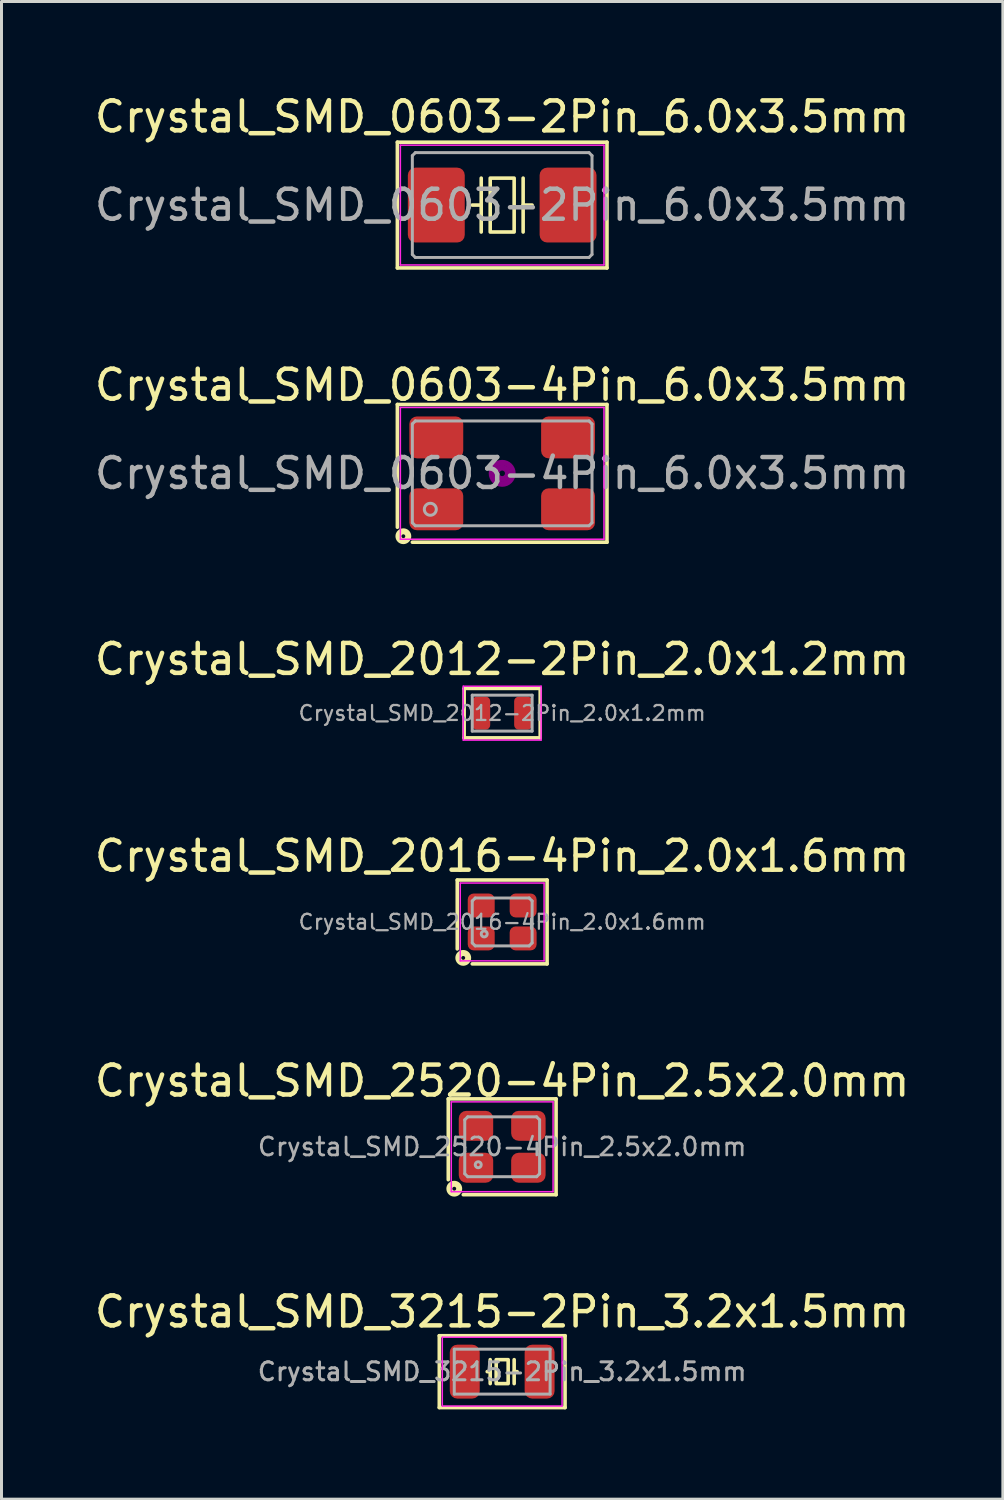
<source format=kicad_pcb>
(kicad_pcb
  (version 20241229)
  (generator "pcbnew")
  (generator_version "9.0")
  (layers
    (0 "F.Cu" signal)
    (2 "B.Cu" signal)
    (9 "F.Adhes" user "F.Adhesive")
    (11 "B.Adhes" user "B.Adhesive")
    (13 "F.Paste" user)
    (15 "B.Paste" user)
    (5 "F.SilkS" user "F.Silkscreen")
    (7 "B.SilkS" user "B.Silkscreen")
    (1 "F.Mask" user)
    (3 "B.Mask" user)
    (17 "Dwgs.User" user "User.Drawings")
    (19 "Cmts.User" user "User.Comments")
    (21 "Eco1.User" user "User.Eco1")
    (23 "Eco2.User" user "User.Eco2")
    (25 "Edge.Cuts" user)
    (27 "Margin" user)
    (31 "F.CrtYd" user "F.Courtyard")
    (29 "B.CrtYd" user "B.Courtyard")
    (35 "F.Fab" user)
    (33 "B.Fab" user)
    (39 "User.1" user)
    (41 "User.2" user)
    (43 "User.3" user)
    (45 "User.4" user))
  (footprint "Crystal_SMD_2012-2Pin_2.0x1.2mm"
    (layer "F.Cu")
    (at 13.72 20.765)
    (property "Reference" "Crystal_SMD_2012-2Pin_2.0x1.2mm" (at 0 -1.8 0) (layer "F.SilkS") (effects (font (size 1 1) (thickness 0.15))))
    (attr smd)
    (fp_line (start -1.27 -0.826) (end -1.27 0.826) (stroke (width 0.12) (type solid)) (layer "F.SilkS"))
    (fp_line (start -1.27 0.826) (end 1.27 0.826) (stroke (width 0.12) (type solid)) (layer "F.SilkS"))
    (fp_line (start 1.27 -0.826) (end -1.27 -0.826) (stroke (width 0.12) (type solid)) (layer "F.SilkS"))
    (fp_line (start 1.27 0.826) (end 1.27 -0.826) (stroke (width 0.12) (type solid)) (layer "F.SilkS"))
    (fp_line (start -1.3 -0.9) (end -1.3 0.9) (stroke (width 0.05) (type solid)) (layer "F.CrtYd"))
    (fp_line (start -1.3 0.9) (end 1.3 0.9) (stroke (width 0.05) (type solid)) (layer "F.CrtYd"))
    (fp_line (start 1.3 -0.9) (end -1.3 -0.9) (stroke (width 0.05) (type solid)) (layer "F.CrtYd"))
    (fp_line (start 1.3 0.9) (end 1.3 -0.9) (stroke (width 0.05) (type solid)) (layer "F.CrtYd"))
    (fp_line (start -1 -0.6) (end -1 0.6) (stroke (width 0.1) (type solid)) (layer "F.Fab"))
    (fp_line (start -1 0.6) (end 1 0.6) (stroke (width 0.1) (type solid)) (layer "F.Fab"))
    (fp_line (start 1 -0.6) (end -1 -0.6) (stroke (width 0.1) (type solid)) (layer "F.Fab"))
    (fp_line (start 1 0.6) (end 1 -0.6) (stroke (width 0.1) (type solid)) (layer "F.Fab"))
    (fp_text user "${REFERENCE}" (at 0 0 0) (layer "F.Fab") (effects (font (size 0.5 0.5) (thickness 0.075))))
    (pad "1" smd roundrect (at -0.7 0) (size 0.6 1.1) (layers "F.Cu" "F.Mask" "F.Paste") (roundrect_rratio 0.25))
    (pad "2" smd roundrect (at 0.7 0) (size 0.6 1.1) (layers "F.Cu" "F.Mask" "F.Paste") (roundrect_rratio 0.25)))
  (footprint "Crystal_SMD_3215-2Pin_3.2x1.5mm"
    (layer "F.Cu")
    (at 13.72 42.755)
    (property "Reference" "Crystal_SMD_3215-2Pin_3.2x1.5mm" (at 0 -2 0) (layer "F.SilkS") (effects (font (size 1 1) (thickness 0.15))))
    (attr smd)
    (fp_line (start -2.1 -1.2) (end -2.1 1.2) (stroke (width 0.12) (type solid)) (layer "F.SilkS"))
    (fp_line (start -2.1 1.2) (end 2.1 1.2) (stroke (width 0.12) (type solid)) (layer "F.SilkS"))
    (fp_line (start -0.4 -0.4) (end -0.4 0.4) (stroke (width 0.12) (type solid)) (layer "F.SilkS"))
    (fp_line (start -0.4 0) (end -0.5 0) (stroke (width 0.12) (type solid)) (layer "F.SilkS"))
    (fp_line (start 0.4 -0.4) (end 0.4 0.4) (stroke (width 0.12) (type solid)) (layer "F.SilkS"))
    (fp_line (start 0.4 0) (end 0.5 0) (stroke (width 0.12) (type solid)) (layer "F.SilkS"))
    (fp_line (start 2.1 -1.2) (end -2.1 -1.2) (stroke (width 0.12) (type solid)) (layer "F.SilkS"))
    (fp_line (start 2.1 1.2) (end 2.1 -1.2) (stroke (width 0.12) (type solid)) (layer "F.SilkS"))
    (fp_rect (start -0.2 -0.4) (end 0.2 0.4) (stroke (width 0.12) (type solid)) (fill no) (layer "F.SilkS"))
    (fp_line (start -2 -1.15) (end -2 1.15) (stroke (width 0.05) (type solid)) (layer "F.CrtYd"))
    (fp_line (start -2 -1.15) (end 2 -1.15) (stroke (width 0.05) (type solid)) (layer "F.CrtYd"))
    (fp_line (start -2 1.15) (end 2 1.15) (stroke (width 0.05) (type solid)) (layer "F.CrtYd"))
    (fp_line (start 2 -1.15) (end 2 1.15) (stroke (width 0.05) (type solid)) (layer "F.CrtYd"))
    (fp_line (start -1.6 -0.75) (end -1.6 0.75) (stroke (width 0.1) (type solid)) (layer "F.Fab"))
    (fp_line (start -1.6 -0.75) (end 1.6 -0.75) (stroke (width 0.1) (type solid)) (layer "F.Fab"))
    (fp_line (start -1.6 0.75) (end 1.6 0.75) (stroke (width 0.1) (type solid)) (layer "F.Fab"))
    (fp_line (start 1.6 -0.75) (end 1.6 0.75) (stroke (width 0.1) (type solid)) (layer "F.Fab"))
    (fp_text user "${REFERENCE}" (at 0 0 0) (layer "F.Fab") (effects (font (size 0.6 0.6) (thickness 0.1))))
    (pad "1" smd roundrect (at 1.25 0) (size 1 1.8) (layers "F.Cu" "F.Mask" "F.Paste") (roundrect_rratio 0.25))
    (pad "2" smd roundrect (at -1.25 0) (size 1 1.8) (layers "F.Cu" "F.Mask" "F.Paste") (roundrect_rratio 0.25)))
  (footprint "Crystal_SMD_2016-4Pin_2.0x1.6mm"
    (layer "F.Cu")
    (at 13.72 27.738)
    (property "Reference" "Crystal_SMD_2016-4Pin_2.0x1.6mm" (at 0 -2.2 0) (layer "F.SilkS") (effects (font (size 1 1) (thickness 0.15))))
    (attr smd)
    (fp_line (start -1.5 -1.4) (end 1.5 -1.4) (stroke (width 0.12) (type solid)) (layer "F.SilkS"))
    (fp_line (start -1.5 0.9) (end -1.5 -1.4) (stroke (width 0.12) (type solid)) (layer "F.SilkS"))
    (fp_line (start 1.5 -1.4) (end 1.5 1.4) (stroke (width 0.12) (type solid)) (layer "F.SilkS"))
    (fp_line (start 1.5 1.4) (end -1 1.4) (stroke (width 0.12) (type solid)) (layer "F.SilkS"))
    (fp_circle (center -1.3 1.2) (end -1.236 1.2) (stroke (width 0.2) (type solid)) (fill no) (layer "F.SilkS"))
    (fp_line (start -1.4 -1.3) (end -1.4 1.3) (stroke (width 0.05) (type solid)) (layer "F.CrtYd"))
    (fp_line (start -1.4 1.3) (end 1.4 1.3) (stroke (width 0.05) (type solid)) (layer "F.CrtYd"))
    (fp_line (start 1.4 -1.3) (end -1.4 -1.3) (stroke (width 0.05) (type solid)) (layer "F.CrtYd"))
    (fp_line (start 1.4 1.3) (end 1.4 -1.3) (stroke (width 0.05) (type solid)) (layer "F.CrtYd"))
    (fp_line (start -1 -0.7) (end -0.9 -0.8) (stroke (width 0.1) (type solid)) (layer "F.Fab"))
    (fp_line (start -1 0.7) (end -1 -0.7) (stroke (width 0.1) (type solid)) (layer "F.Fab"))
    (fp_line (start -0.9 -0.8) (end 0.9 -0.8) (stroke (width 0.1) (type solid)) (layer "F.Fab"))
    (fp_line (start -0.9 0.8) (end -1 0.7) (stroke (width 0.1) (type solid)) (layer "F.Fab"))
    (fp_line (start 0.9 -0.8) (end 1 -0.7) (stroke (width 0.1) (type solid)) (layer "F.Fab"))
    (fp_line (start 0.9 0.8) (end -0.9 0.8) (stroke (width 0.1) (type solid)) (layer "F.Fab"))
    (fp_line (start 1 -0.7) (end 1 0.7) (stroke (width 0.1) (type solid)) (layer "F.Fab"))
    (fp_line (start 1 0.7) (end 0.9 0.8) (stroke (width 0.1) (type solid)) (layer "F.Fab"))
    (fp_circle (center -0.6 0.4) (end -0.5 0.4) (stroke (width 0.1) (type solid)) (fill no) (layer "F.Fab"))
    (fp_text user "${REFERENCE}" (at 0 0 0) (layer "F.Fab") (effects (font (size 0.5 0.5) (thickness 0.075))))
    (pad "1" smd roundrect (at -0.7 0.55) (size 0.9 0.8) (layers "F.Cu" "F.Mask" "F.Paste") (roundrect_rratio 0.25))
    (pad "2" smd roundrect (at 0.7 0.55) (size 0.9 0.8) (layers "F.Cu" "F.Mask" "F.Paste") (roundrect_rratio 0.25))
    (pad "3" smd roundrect (at 0.7 -0.55) (size 0.9 0.8) (layers "F.Cu" "F.Mask" "F.Paste") (roundrect_rratio 0.25))
    (pad "4" smd roundrect (at -0.7 -0.55) (size 0.9 0.8) (layers "F.Cu" "F.Mask" "F.Paste") (roundrect_rratio 0.25)))
  (footprint "Crystal_SMD_0603-2Pin_6.0x3.5mm"
    (layer "F.Cu")
    (at 13.72 3.798)
    (property "Reference" "Crystal_SMD_0603-2Pin_6.0x3.5mm" (at 0 -2.95 0) (layer "F.SilkS") (effects (font (size 1 1) (thickness 0.15))))
    (attr smd)
    (fp_line (start -3.5 -2.1) (end -3.5 2.1) (stroke (width 0.12) (type solid)) (layer "F.SilkS"))
    (fp_line (start -3.5 2.1) (end 3.5 2.1) (stroke (width 0.12) (type solid)) (layer "F.SilkS"))
    (fp_line (start -0.7 -0.9) (end -0.7 0.9) (stroke (width 0.12) (type solid)) (layer "F.SilkS"))
    (fp_line (start -0.7 0) (end -1 0) (stroke (width 0.12) (type solid)) (layer "F.SilkS"))
    (fp_line (start 0.7 -0.9) (end 0.7 0.9) (stroke (width 0.12) (type solid)) (layer "F.SilkS"))
    (fp_line (start 0.7 0) (end 1 0) (stroke (width 0.12) (type solid)) (layer "F.SilkS"))
    (fp_line (start 3.5 -2.1) (end -3.5 -2.1) (stroke (width 0.12) (type solid)) (layer "F.SilkS"))
    (fp_line (start 3.5 2.1) (end 3.5 -2.1) (stroke (width 0.12) (type solid)) (layer "F.SilkS"))
    (fp_rect (start -0.4 -0.9) (end 0.4 0.9) (stroke (width 0.12) (type solid)) (fill no) (layer "F.SilkS"))
    (fp_line (start -3.4 -2) (end -3.4 2) (stroke (width 0.05) (type solid)) (layer "F.CrtYd"))
    (fp_line (start -3.4 2) (end 3.4 2) (stroke (width 0.05) (type solid)) (layer "F.CrtYd"))
    (fp_line (start 3.4 -2) (end -3.4 -2) (stroke (width 0.05) (type solid)) (layer "F.CrtYd"))
    (fp_line (start 3.4 2) (end 3.4 -2) (stroke (width 0.05) (type solid)) (layer "F.CrtYd"))
    (fp_line (start -3 -1.65) (end -2.9 -1.75) (stroke (width 0.1) (type solid)) (layer "F.Fab"))
    (fp_line (start -3 1.65) (end -3 -1.65) (stroke (width 0.1) (type solid)) (layer "F.Fab"))
    (fp_line (start -2.9 -1.75) (end 2.9 -1.75) (stroke (width 0.1) (type solid)) (layer "F.Fab"))
    (fp_line (start -2.9 1.75) (end -3 1.65) (stroke (width 0.1) (type solid)) (layer "F.Fab"))
    (fp_line (start 2.9 -1.75) (end 3 -1.65) (stroke (width 0.1) (type solid)) (layer "F.Fab"))
    (fp_line (start 2.9 1.75) (end -2.9 1.75) (stroke (width 0.1) (type solid)) (layer "F.Fab"))
    (fp_line (start 3 -1.65) (end 3 1.65) (stroke (width 0.1) (type solid)) (layer "F.Fab"))
    (fp_line (start 3 1.65) (end 2.9 1.75) (stroke (width 0.1) (type solid)) (layer "F.Fab"))
    (fp_text user "${REFERENCE}" (at 0 0 0) (layer "F.Fab") (effects (font (size 1 1) (thickness 0.15))))
    (pad "1" smd roundrect (at -2.2 0) (size 1.9 2.5) (layers "F.Cu" "F.Mask" "F.Paste") (roundrect_rratio 0.132))
    (pad "2" smd roundrect (at 2.2 0) (size 1.9 2.5) (layers "F.Cu" "F.Mask" "F.Paste") (roundrect_rratio 0.132)))
  (footprint "Crystal_SMD_2520-4Pin_2.5x2.0mm"
    (layer "F.Cu")
    (at 13.72 35.246)
    (property "Reference" "Crystal_SMD_2520-4Pin_2.5x2.0mm" (at 0 -2.2 0) (layer "F.SilkS") (effects (font (size 1 1) (thickness 0.15))))
    (attr smd)
    (fp_line (start -1.8 -1.6) (end 1.8 -1.6) (stroke (width 0.12) (type solid)) (layer "F.SilkS"))
    (fp_line (start -1.8 1.1) (end -1.8 -1.6) (stroke (width 0.12) (type solid)) (layer "F.SilkS"))
    (fp_line (start 1.8 -1.6) (end 1.8 1.6) (stroke (width 0.12) (type solid)) (layer "F.SilkS"))
    (fp_line (start 1.8 1.6) (end -1.3 1.6) (stroke (width 0.12) (type solid)) (layer "F.SilkS"))
    (fp_circle (center -1.6 1.4) (end -1.536 1.4) (stroke (width 0.2) (type solid)) (fill no) (layer "F.SilkS"))
    (fp_line (start -1.7 -1.5) (end -1.7 1.5) (stroke (width 0.05) (type solid)) (layer "F.CrtYd"))
    (fp_line (start -1.7 1.5) (end 1.7 1.5) (stroke (width 0.05) (type solid)) (layer "F.CrtYd"))
    (fp_line (start 1.7 -1.5) (end -1.7 -1.5) (stroke (width 0.05) (type solid)) (layer "F.CrtYd"))
    (fp_line (start 1.7 1.5) (end 1.7 -1.5) (stroke (width 0.05) (type solid)) (layer "F.CrtYd"))
    (fp_line (start -1.25 -0.9) (end -1.15 -1) (stroke (width 0.1) (type solid)) (layer "F.Fab"))
    (fp_line (start -1.25 0.9) (end -1.25 -0.9) (stroke (width 0.1) (type solid)) (layer "F.Fab"))
    (fp_line (start -1.15 -1) (end 1.15 -1) (stroke (width 0.1) (type solid)) (layer "F.Fab"))
    (fp_line (start -1.15 1) (end -1.25 0.9) (stroke (width 0.1) (type solid)) (layer "F.Fab"))
    (fp_line (start 1.15 -1) (end 1.25 -0.9) (stroke (width 0.1) (type solid)) (layer "F.Fab"))
    (fp_line (start 1.15 1) (end -1.15 1) (stroke (width 0.1) (type solid)) (layer "F.Fab"))
    (fp_line (start 1.25 -0.9) (end 1.25 0.9) (stroke (width 0.1) (type solid)) (layer "F.Fab"))
    (fp_line (start 1.25 0.9) (end 1.15 1) (stroke (width 0.1) (type solid)) (layer "F.Fab"))
    (fp_circle (center -0.8 0.6) (end -0.7 0.6) (stroke (width 0.1) (type solid)) (fill no) (layer "F.Fab"))
    (fp_text user "${REFERENCE}" (at 0 0 0) (layer "F.Fab") (effects (font (size 0.6 0.6) (thickness 0.09))))
    (pad "1" smd roundrect (at -0.875 0.7) (size 1.15 1) (layers "F.Cu" "F.Mask" "F.Paste") (roundrect_rratio 0.25))
    (pad "2" smd roundrect (at 0.875 0.7) (size 1.15 1) (layers "F.Cu" "F.Mask" "F.Paste") (roundrect_rratio 0.25))
    (pad "3" smd roundrect (at 0.875 -0.7) (size 1.15 1) (layers "F.Cu" "F.Mask" "F.Paste") (roundrect_rratio 0.25))
    (pad "4" smd roundrect (at -0.875 -0.7) (size 1.15 1) (layers "F.Cu" "F.Mask" "F.Paste") (roundrect_rratio 0.25)))
  (footprint "Crystal_SMD_0603-4Pin_6.0x3.5mm"
    (layer "F.Cu")
    (at 13.72 12.757)
    (property "Reference" "Crystal_SMD_0603-4Pin_6.0x3.5mm" (at 0 -2.95 0) (layer "F.SilkS") (effects (font (size 1 1) (thickness 0.15))))
    (attr smd)
    (fp_line (start -3.5 -2.3) (end 3.5 -2.3) (stroke (width 0.12) (type solid)) (layer "F.SilkS"))
    (fp_line (start -3.5 1.8) (end -3.5 -2.3) (stroke (width 0.12) (type solid)) (layer "F.SilkS"))
    (fp_line (start 3.5 -2.3) (end 3.5 2.3) (stroke (width 0.12) (type solid)) (layer "F.SilkS"))
    (fp_line (start 3.5 2.3) (end -3 2.3) (stroke (width 0.12) (type solid)) (layer "F.SilkS"))
    (fp_circle (center -3.3 2.1) (end -3.236 2.1) (stroke (width 0.2) (type solid)) (fill no) (layer "F.SilkS"))
    (fp_circle (center 0 0) (end 0.093 0) (stroke (width 0.187) (type solid)) (fill no) (layer "F.Adhes"))
    (fp_circle (center 0 0) (end 0.213 0) (stroke (width 0.133) (type solid)) (fill no) (layer "F.Adhes"))
    (fp_circle (center 0 0) (end 0.333 0) (stroke (width 0.133) (type solid)) (fill no) (layer "F.Adhes"))
    (fp_circle (center 0 0) (end 0.4 0) (stroke (width 0.1) (type solid)) (fill no) (layer "F.Adhes"))
    (fp_line (start -3.4 -2.2) (end -3.4 2.2) (stroke (width 0.05) (type solid)) (layer "F.CrtYd"))
    (fp_line (start -3.4 2.2) (end 3.4 2.2) (stroke (width 0.05) (type solid)) (layer "F.CrtYd"))
    (fp_line (start 3.4 -2.2) (end -3.4 -2.2) (stroke (width 0.05) (type solid)) (layer "F.CrtYd"))
    (fp_line (start 3.4 2.2) (end 3.4 -2.2) (stroke (width 0.05) (type solid)) (layer "F.CrtYd"))
    (fp_line (start -3 -1.65) (end -2.9 -1.75) (stroke (width 0.1) (type solid)) (layer "F.Fab"))
    (fp_line (start -3 1.65) (end -3 -1.65) (stroke (width 0.1) (type solid)) (layer "F.Fab"))
    (fp_line (start -2.9 -1.75) (end 2.9 -1.75) (stroke (width 0.1) (type solid)) (layer "F.Fab"))
    (fp_line (start -2.9 1.75) (end -3 1.65) (stroke (width 0.1) (type solid)) (layer "F.Fab"))
    (fp_line (start 2.9 -1.75) (end 3 -1.65) (stroke (width 0.1) (type solid)) (layer "F.Fab"))
    (fp_line (start 2.9 1.75) (end -2.9 1.75) (stroke (width 0.1) (type solid)) (layer "F.Fab"))
    (fp_line (start 3 -1.65) (end 3 1.65) (stroke (width 0.1) (type solid)) (layer "F.Fab"))
    (fp_line (start 3 1.65) (end 2.9 1.75) (stroke (width 0.1) (type solid)) (layer "F.Fab"))
    (fp_circle (center -2.4 1.2) (end -2.2 1.2) (stroke (width 0.1) (type solid)) (fill no) (layer "F.Fab"))
    (fp_text user "${REFERENCE}" (at 0 0 0) (layer "F.Fab") (effects (font (size 1 1) (thickness 0.15))))
    (pad "1" smd roundrect (at -2.2 1.2) (size 1.8 1.4) (layers "F.Cu" "F.Mask" "F.Paste") (roundrect_rratio 0.179))
    (pad "2" smd roundrect (at 2.2 1.2) (size 1.8 1.4) (layers "F.Cu" "F.Mask" "F.Paste") (roundrect_rratio 0.179))
    (pad "3" smd roundrect (at 2.2 -1.2) (size 1.8 1.4) (layers "F.Cu" "F.Mask" "F.Paste") (roundrect_rratio 0.179))
    (pad "4" smd roundrect (at -2.2 -1.2) (size 1.8 1.4) (layers "F.Cu" "F.Mask" "F.Paste") (roundrect_rratio 0.179)))
  (gr_rect
    (start -3 -3)
    (end 30.44 47.014)
    (stroke (width 0.1) (type default))
    (fill no)
    (layer "Edge.Cuts")))
</source>
